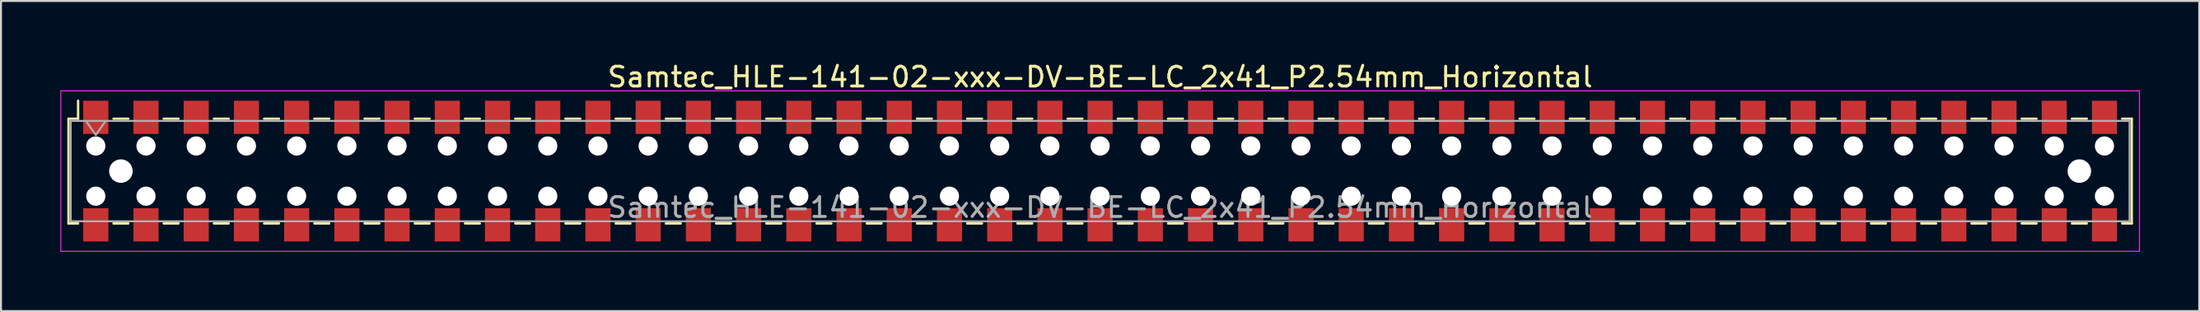
<source format=kicad_pcb>
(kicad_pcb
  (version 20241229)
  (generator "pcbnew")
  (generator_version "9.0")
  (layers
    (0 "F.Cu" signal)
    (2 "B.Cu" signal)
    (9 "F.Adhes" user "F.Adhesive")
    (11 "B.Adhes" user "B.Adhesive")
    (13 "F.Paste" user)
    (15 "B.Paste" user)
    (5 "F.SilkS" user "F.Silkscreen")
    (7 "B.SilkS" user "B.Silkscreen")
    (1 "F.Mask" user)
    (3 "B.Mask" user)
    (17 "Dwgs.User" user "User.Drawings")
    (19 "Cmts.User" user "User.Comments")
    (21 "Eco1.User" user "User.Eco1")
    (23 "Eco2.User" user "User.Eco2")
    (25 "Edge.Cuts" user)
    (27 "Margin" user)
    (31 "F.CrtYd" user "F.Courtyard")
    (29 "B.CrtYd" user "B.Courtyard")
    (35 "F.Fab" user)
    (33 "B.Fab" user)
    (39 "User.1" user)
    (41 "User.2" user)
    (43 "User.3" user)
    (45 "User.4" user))
  (footprint "Samtec_HLE-141-02-xxx-DV-BE-LC_2x41_P2.54mm_Horizontal"
    (layer "F.Cu")
    (at 52.595 5.608)
    (property "Reference" "Samtec_HLE-141-02-xxx-DV-BE-LC_2x41_P2.54mm_Horizontal" (at 0 -4.76 0) (layer "F.SilkS") (effects (font (size 1 1) (thickness 0.15))))
    (attr smd)
    (fp_line (start -52.18 -2.65) (end -52.18 2.65) (stroke (width 0.12) (type solid)) (layer "F.SilkS"))
    (fp_line (start -52.18 2.65) (end -51.695 2.65) (stroke (width 0.12) (type solid)) (layer "F.SilkS"))
    (fp_line (start -51.695 -3.56) (end -51.695 -2.65) (stroke (width 0.12) (type solid)) (layer "F.SilkS"))
    (fp_line (start -51.695 -2.65) (end -52.18 -2.65) (stroke (width 0.12) (type solid)) (layer "F.SilkS"))
    (fp_line (start -49.905 -2.65) (end -49.155 -2.65) (stroke (width 0.12) (type solid)) (layer "F.SilkS"))
    (fp_line (start -49.905 2.65) (end -49.155 2.65) (stroke (width 0.12) (type solid)) (layer "F.SilkS"))
    (fp_line (start -47.365 -2.65) (end -46.615 -2.65) (stroke (width 0.12) (type solid)) (layer "F.SilkS"))
    (fp_line (start -47.365 2.65) (end -46.615 2.65) (stroke (width 0.12) (type solid)) (layer "F.SilkS"))
    (fp_line (start -44.825 -2.65) (end -44.075 -2.65) (stroke (width 0.12) (type solid)) (layer "F.SilkS"))
    (fp_line (start -44.825 2.65) (end -44.075 2.65) (stroke (width 0.12) (type solid)) (layer "F.SilkS"))
    (fp_line (start -42.285 -2.65) (end -41.535 -2.65) (stroke (width 0.12) (type solid)) (layer "F.SilkS"))
    (fp_line (start -42.285 2.65) (end -41.535 2.65) (stroke (width 0.12) (type solid)) (layer "F.SilkS"))
    (fp_line (start -39.745 -2.65) (end -38.995 -2.65) (stroke (width 0.12) (type solid)) (layer "F.SilkS"))
    (fp_line (start -39.745 2.65) (end -38.995 2.65) (stroke (width 0.12) (type solid)) (layer "F.SilkS"))
    (fp_line (start -37.205 -2.65) (end -36.455 -2.65) (stroke (width 0.12) (type solid)) (layer "F.SilkS"))
    (fp_line (start -37.205 2.65) (end -36.455 2.65) (stroke (width 0.12) (type solid)) (layer "F.SilkS"))
    (fp_line (start -34.665 -2.65) (end -33.915 -2.65) (stroke (width 0.12) (type solid)) (layer "F.SilkS"))
    (fp_line (start -34.665 2.65) (end -33.915 2.65) (stroke (width 0.12) (type solid)) (layer "F.SilkS"))
    (fp_line (start -32.125 -2.65) (end -31.375 -2.65) (stroke (width 0.12) (type solid)) (layer "F.SilkS"))
    (fp_line (start -32.125 2.65) (end -31.375 2.65) (stroke (width 0.12) (type solid)) (layer "F.SilkS"))
    (fp_line (start -29.585 -2.65) (end -28.835 -2.65) (stroke (width 0.12) (type solid)) (layer "F.SilkS"))
    (fp_line (start -29.585 2.65) (end -28.835 2.65) (stroke (width 0.12) (type solid)) (layer "F.SilkS"))
    (fp_line (start -27.045 -2.65) (end -26.295 -2.65) (stroke (width 0.12) (type solid)) (layer "F.SilkS"))
    (fp_line (start -27.045 2.65) (end -26.295 2.65) (stroke (width 0.12) (type solid)) (layer "F.SilkS"))
    (fp_line (start -24.505 -2.65) (end -23.755 -2.65) (stroke (width 0.12) (type solid)) (layer "F.SilkS"))
    (fp_line (start -24.505 2.65) (end -23.755 2.65) (stroke (width 0.12) (type solid)) (layer "F.SilkS"))
    (fp_line (start -21.965 -2.65) (end -21.215 -2.65) (stroke (width 0.12) (type solid)) (layer "F.SilkS"))
    (fp_line (start -21.965 2.65) (end -21.215 2.65) (stroke (width 0.12) (type solid)) (layer "F.SilkS"))
    (fp_line (start -19.425 -2.65) (end -18.675 -2.65) (stroke (width 0.12) (type solid)) (layer "F.SilkS"))
    (fp_line (start -19.425 2.65) (end -18.675 2.65) (stroke (width 0.12) (type solid)) (layer "F.SilkS"))
    (fp_line (start -16.885 -2.65) (end -16.135 -2.65) (stroke (width 0.12) (type solid)) (layer "F.SilkS"))
    (fp_line (start -16.885 2.65) (end -16.135 2.65) (stroke (width 0.12) (type solid)) (layer "F.SilkS"))
    (fp_line (start -14.345 -2.65) (end -13.595 -2.65) (stroke (width 0.12) (type solid)) (layer "F.SilkS"))
    (fp_line (start -14.345 2.65) (end -13.595 2.65) (stroke (width 0.12) (type solid)) (layer "F.SilkS"))
    (fp_line (start -11.805 -2.65) (end -11.055 -2.65) (stroke (width 0.12) (type solid)) (layer "F.SilkS"))
    (fp_line (start -11.805 2.65) (end -11.055 2.65) (stroke (width 0.12) (type solid)) (layer "F.SilkS"))
    (fp_line (start -9.265 -2.65) (end -8.515 -2.65) (stroke (width 0.12) (type solid)) (layer "F.SilkS"))
    (fp_line (start -9.265 2.65) (end -8.515 2.65) (stroke (width 0.12) (type solid)) (layer "F.SilkS"))
    (fp_line (start -6.725 -2.65) (end -5.975 -2.65) (stroke (width 0.12) (type solid)) (layer "F.SilkS"))
    (fp_line (start -6.725 2.65) (end -5.975 2.65) (stroke (width 0.12) (type solid)) (layer "F.SilkS"))
    (fp_line (start -4.185 -2.65) (end -3.435 -2.65) (stroke (width 0.12) (type solid)) (layer "F.SilkS"))
    (fp_line (start -4.185 2.65) (end -3.435 2.65) (stroke (width 0.12) (type solid)) (layer "F.SilkS"))
    (fp_line (start -1.645 -2.65) (end -0.895 -2.65) (stroke (width 0.12) (type solid)) (layer "F.SilkS"))
    (fp_line (start -1.645 2.65) (end -0.895 2.65) (stroke (width 0.12) (type solid)) (layer "F.SilkS"))
    (fp_line (start 0.895 -2.65) (end 1.645 -2.65) (stroke (width 0.12) (type solid)) (layer "F.SilkS"))
    (fp_line (start 0.895 2.65) (end 1.645 2.65) (stroke (width 0.12) (type solid)) (layer "F.SilkS"))
    (fp_line (start 3.435 -2.65) (end 4.185 -2.65) (stroke (width 0.12) (type solid)) (layer "F.SilkS"))
    (fp_line (start 3.435 2.65) (end 4.185 2.65) (stroke (width 0.12) (type solid)) (layer "F.SilkS"))
    (fp_line (start 5.975 -2.65) (end 6.725 -2.65) (stroke (width 0.12) (type solid)) (layer "F.SilkS"))
    (fp_line (start 5.975 2.65) (end 6.725 2.65) (stroke (width 0.12) (type solid)) (layer "F.SilkS"))
    (fp_line (start 8.515 -2.65) (end 9.265 -2.65) (stroke (width 0.12) (type solid)) (layer "F.SilkS"))
    (fp_line (start 8.515 2.65) (end 9.265 2.65) (stroke (width 0.12) (type solid)) (layer "F.SilkS"))
    (fp_line (start 11.055 -2.65) (end 11.805 -2.65) (stroke (width 0.12) (type solid)) (layer "F.SilkS"))
    (fp_line (start 11.055 2.65) (end 11.805 2.65) (stroke (width 0.12) (type solid)) (layer "F.SilkS"))
    (fp_line (start 13.595 -2.65) (end 14.345 -2.65) (stroke (width 0.12) (type solid)) (layer "F.SilkS"))
    (fp_line (start 13.595 2.65) (end 14.345 2.65) (stroke (width 0.12) (type solid)) (layer "F.SilkS"))
    (fp_line (start 16.135 -2.65) (end 16.885 -2.65) (stroke (width 0.12) (type solid)) (layer "F.SilkS"))
    (fp_line (start 16.135 2.65) (end 16.885 2.65) (stroke (width 0.12) (type solid)) (layer "F.SilkS"))
    (fp_line (start 18.675 -2.65) (end 19.425 -2.65) (stroke (width 0.12) (type solid)) (layer "F.SilkS"))
    (fp_line (start 18.675 2.65) (end 19.425 2.65) (stroke (width 0.12) (type solid)) (layer "F.SilkS"))
    (fp_line (start 21.215 -2.65) (end 21.965 -2.65) (stroke (width 0.12) (type solid)) (layer "F.SilkS"))
    (fp_line (start 21.215 2.65) (end 21.965 2.65) (stroke (width 0.12) (type solid)) (layer "F.SilkS"))
    (fp_line (start 23.755 -2.65) (end 24.505 -2.65) (stroke (width 0.12) (type solid)) (layer "F.SilkS"))
    (fp_line (start 23.755 2.65) (end 24.505 2.65) (stroke (width 0.12) (type solid)) (layer "F.SilkS"))
    (fp_line (start 26.295 -2.65) (end 27.045 -2.65) (stroke (width 0.12) (type solid)) (layer "F.SilkS"))
    (fp_line (start 26.295 2.65) (end 27.045 2.65) (stroke (width 0.12) (type solid)) (layer "F.SilkS"))
    (fp_line (start 28.835 -2.65) (end 29.585 -2.65) (stroke (width 0.12) (type solid)) (layer "F.SilkS"))
    (fp_line (start 28.835 2.65) (end 29.585 2.65) (stroke (width 0.12) (type solid)) (layer "F.SilkS"))
    (fp_line (start 31.375 -2.65) (end 32.125 -2.65) (stroke (width 0.12) (type solid)) (layer "F.SilkS"))
    (fp_line (start 31.375 2.65) (end 32.125 2.65) (stroke (width 0.12) (type solid)) (layer "F.SilkS"))
    (fp_line (start 33.915 -2.65) (end 34.665 -2.65) (stroke (width 0.12) (type solid)) (layer "F.SilkS"))
    (fp_line (start 33.915 2.65) (end 34.665 2.65) (stroke (width 0.12) (type solid)) (layer "F.SilkS"))
    (fp_line (start 36.455 -2.65) (end 37.205 -2.65) (stroke (width 0.12) (type solid)) (layer "F.SilkS"))
    (fp_line (start 36.455 2.65) (end 37.205 2.65) (stroke (width 0.12) (type solid)) (layer "F.SilkS"))
    (fp_line (start 38.995 -2.65) (end 39.745 -2.65) (stroke (width 0.12) (type solid)) (layer "F.SilkS"))
    (fp_line (start 38.995 2.65) (end 39.745 2.65) (stroke (width 0.12) (type solid)) (layer "F.SilkS"))
    (fp_line (start 41.535 -2.65) (end 42.285 -2.65) (stroke (width 0.12) (type solid)) (layer "F.SilkS"))
    (fp_line (start 41.535 2.65) (end 42.285 2.65) (stroke (width 0.12) (type solid)) (layer "F.SilkS"))
    (fp_line (start 44.075 -2.65) (end 44.825 -2.65) (stroke (width 0.12) (type solid)) (layer "F.SilkS"))
    (fp_line (start 44.075 2.65) (end 44.825 2.65) (stroke (width 0.12) (type solid)) (layer "F.SilkS"))
    (fp_line (start 46.615 -2.65) (end 47.365 -2.65) (stroke (width 0.12) (type solid)) (layer "F.SilkS"))
    (fp_line (start 46.615 2.65) (end 47.365 2.65) (stroke (width 0.12) (type solid)) (layer "F.SilkS"))
    (fp_line (start 49.155 -2.65) (end 49.905 -2.65) (stroke (width 0.12) (type solid)) (layer "F.SilkS"))
    (fp_line (start 49.155 2.65) (end 49.905 2.65) (stroke (width 0.12) (type solid)) (layer "F.SilkS"))
    (fp_line (start 51.695 -2.65) (end 52.18 -2.65) (stroke (width 0.12) (type solid)) (layer "F.SilkS"))
    (fp_line (start 52.18 -2.65) (end 52.18 2.65) (stroke (width 0.12) (type solid)) (layer "F.SilkS"))
    (fp_line (start 52.18 2.65) (end 51.695 2.65) (stroke (width 0.12) (type solid)) (layer "F.SilkS"))
    (fp_line (start -52.57 -4.06) (end 52.57 -4.06) (stroke (width 0.05) (type solid)) (layer "F.CrtYd"))
    (fp_line (start -52.57 4.06) (end -52.57 -4.06) (stroke (width 0.05) (type solid)) (layer "F.CrtYd"))
    (fp_line (start 52.57 -4.06) (end 52.57 4.06) (stroke (width 0.05) (type solid)) (layer "F.CrtYd"))
    (fp_line (start 52.57 4.06) (end -52.57 4.06) (stroke (width 0.05) (type solid)) (layer "F.CrtYd"))
    (fp_line (start -52.07 -2.54) (end 52.07 -2.54) (stroke (width 0.1) (type solid)) (layer "F.Fab"))
    (fp_line (start -52.07 2.54) (end -52.07 -2.54) (stroke (width 0.1) (type solid)) (layer "F.Fab"))
    (fp_line (start -51.3 -2.54) (end -50.8 -1.833) (stroke (width 0.1) (type solid)) (layer "F.Fab"))
    (fp_line (start -50.8 -1.833) (end -50.3 -2.54) (stroke (width 0.1) (type solid)) (layer "F.Fab"))
    (fp_line (start 52.07 -2.54) (end 52.07 2.54) (stroke (width 0.1) (type solid)) (layer "F.Fab"))
    (fp_line (start 52.07 2.54) (end -52.07 2.54) (stroke (width 0.1) (type solid)) (layer "F.Fab"))
    (fp_text user "${REFERENCE}" (at 0 1.84 0) (layer "F.Fab") (effects (font (size 1 1) (thickness 0.15))))
    (pad "" np_thru_hole circle (at -50.8 -1.27) (size 0.97 0.97) (drill 0.97) (layers "*.Cu" "*.Mask"))
    (pad "" np_thru_hole circle (at -50.8 1.27) (size 0.97 0.97) (drill 0.97) (layers "*.Cu" "*.Mask"))
    (pad "" np_thru_hole circle (at -49.53 0) (size 1.19 1.19) (drill 1.19) (layers "*.Cu" "*.Mask"))
    (pad "" np_thru_hole circle (at -48.26 -1.27) (size 0.97 0.97) (drill 0.97) (layers "*.Cu" "*.Mask"))
    (pad "" np_thru_hole circle (at -48.26 1.27) (size 0.97 0.97) (drill 0.97) (layers "*.Cu" "*.Mask"))
    (pad "" np_thru_hole circle (at -45.72 -1.27) (size 0.97 0.97) (drill 0.97) (layers "*.Cu" "*.Mask"))
    (pad "" np_thru_hole circle (at -45.72 1.27) (size 0.97 0.97) (drill 0.97) (layers "*.Cu" "*.Mask"))
    (pad "" np_thru_hole circle (at -43.18 -1.27) (size 0.97 0.97) (drill 0.97) (layers "*.Cu" "*.Mask"))
    (pad "" np_thru_hole circle (at -43.18 1.27) (size 0.97 0.97) (drill 0.97) (layers "*.Cu" "*.Mask"))
    (pad "" np_thru_hole circle (at -40.64 -1.27) (size 0.97 0.97) (drill 0.97) (layers "*.Cu" "*.Mask"))
    (pad "" np_thru_hole circle (at -40.64 1.27) (size 0.97 0.97) (drill 0.97) (layers "*.Cu" "*.Mask"))
    (pad "" np_thru_hole circle (at -38.1 -1.27) (size 0.97 0.97) (drill 0.97) (layers "*.Cu" "*.Mask"))
    (pad "" np_thru_hole circle (at -38.1 1.27) (size 0.97 0.97) (drill 0.97) (layers "*.Cu" "*.Mask"))
    (pad "" np_thru_hole circle (at -35.56 -1.27) (size 0.97 0.97) (drill 0.97) (layers "*.Cu" "*.Mask"))
    (pad "" np_thru_hole circle (at -35.56 1.27) (size 0.97 0.97) (drill 0.97) (layers "*.Cu" "*.Mask"))
    (pad "" np_thru_hole circle (at -33.02 -1.27) (size 0.97 0.97) (drill 0.97) (layers "*.Cu" "*.Mask"))
    (pad "" np_thru_hole circle (at -33.02 1.27) (size 0.97 0.97) (drill 0.97) (layers "*.Cu" "*.Mask"))
    (pad "" np_thru_hole circle (at -30.48 -1.27) (size 0.97 0.97) (drill 0.97) (layers "*.Cu" "*.Mask"))
    (pad "" np_thru_hole circle (at -30.48 1.27) (size 0.97 0.97) (drill 0.97) (layers "*.Cu" "*.Mask"))
    (pad "" np_thru_hole circle (at -27.94 -1.27) (size 0.97 0.97) (drill 0.97) (layers "*.Cu" "*.Mask"))
    (pad "" np_thru_hole circle (at -27.94 1.27) (size 0.97 0.97) (drill 0.97) (layers "*.Cu" "*.Mask"))
    (pad "" np_thru_hole circle (at -25.4 -1.27) (size 0.97 0.97) (drill 0.97) (layers "*.Cu" "*.Mask"))
    (pad "" np_thru_hole circle (at -25.4 1.27) (size 0.97 0.97) (drill 0.97) (layers "*.Cu" "*.Mask"))
    (pad "" np_thru_hole circle (at -22.86 -1.27) (size 0.97 0.97) (drill 0.97) (layers "*.Cu" "*.Mask"))
    (pad "" np_thru_hole circle (at -22.86 1.27) (size 0.97 0.97) (drill 0.97) (layers "*.Cu" "*.Mask"))
    (pad "" np_thru_hole circle (at -20.32 -1.27) (size 0.97 0.97) (drill 0.97) (layers "*.Cu" "*.Mask"))
    (pad "" np_thru_hole circle (at -20.32 1.27) (size 0.97 0.97) (drill 0.97) (layers "*.Cu" "*.Mask"))
    (pad "" np_thru_hole circle (at -17.78 -1.27) (size 0.97 0.97) (drill 0.97) (layers "*.Cu" "*.Mask"))
    (pad "" np_thru_hole circle (at -17.78 1.27) (size 0.97 0.97) (drill 0.97) (layers "*.Cu" "*.Mask"))
    (pad "" np_thru_hole circle (at -15.24 -1.27) (size 0.97 0.97) (drill 0.97) (layers "*.Cu" "*.Mask"))
    (pad "" np_thru_hole circle (at -15.24 1.27) (size 0.97 0.97) (drill 0.97) (layers "*.Cu" "*.Mask"))
    (pad "" np_thru_hole circle (at -12.7 -1.27) (size 0.97 0.97) (drill 0.97) (layers "*.Cu" "*.Mask"))
    (pad "" np_thru_hole circle (at -12.7 1.27) (size 0.97 0.97) (drill 0.97) (layers "*.Cu" "*.Mask"))
    (pad "" np_thru_hole circle (at -10.16 -1.27) (size 0.97 0.97) (drill 0.97) (layers "*.Cu" "*.Mask"))
    (pad "" np_thru_hole circle (at -10.16 1.27) (size 0.97 0.97) (drill 0.97) (layers "*.Cu" "*.Mask"))
    (pad "" np_thru_hole circle (at -7.62 -1.27) (size 0.97 0.97) (drill 0.97) (layers "*.Cu" "*.Mask"))
    (pad "" np_thru_hole circle (at -7.62 1.27) (size 0.97 0.97) (drill 0.97) (layers "*.Cu" "*.Mask"))
    (pad "" np_thru_hole circle (at -5.08 -1.27) (size 0.97 0.97) (drill 0.97) (layers "*.Cu" "*.Mask"))
    (pad "" np_thru_hole circle (at -5.08 1.27) (size 0.97 0.97) (drill 0.97) (layers "*.Cu" "*.Mask"))
    (pad "" np_thru_hole circle (at -2.54 -1.27) (size 0.97 0.97) (drill 0.97) (layers "*.Cu" "*.Mask"))
    (pad "" np_thru_hole circle (at -2.54 1.27) (size 0.97 0.97) (drill 0.97) (layers "*.Cu" "*.Mask"))
    (pad "" np_thru_hole circle (at 0 -1.27) (size 0.97 0.97) (drill 0.97) (layers "*.Cu" "*.Mask"))
    (pad "" np_thru_hole circle (at 0 1.27) (size 0.97 0.97) (drill 0.97) (layers "*.Cu" "*.Mask"))
    (pad "" np_thru_hole circle (at 2.54 -1.27) (size 0.97 0.97) (drill 0.97) (layers "*.Cu" "*.Mask"))
    (pad "" np_thru_hole circle (at 2.54 1.27) (size 0.97 0.97) (drill 0.97) (layers "*.Cu" "*.Mask"))
    (pad "" np_thru_hole circle (at 5.08 -1.27) (size 0.97 0.97) (drill 0.97) (layers "*.Cu" "*.Mask"))
    (pad "" np_thru_hole circle (at 5.08 1.27) (size 0.97 0.97) (drill 0.97) (layers "*.Cu" "*.Mask"))
    (pad "" np_thru_hole circle (at 7.62 -1.27) (size 0.97 0.97) (drill 0.97) (layers "*.Cu" "*.Mask"))
    (pad "" np_thru_hole circle (at 7.62 1.27) (size 0.97 0.97) (drill 0.97) (layers "*.Cu" "*.Mask"))
    (pad "" np_thru_hole circle (at 10.16 -1.27) (size 0.97 0.97) (drill 0.97) (layers "*.Cu" "*.Mask"))
    (pad "" np_thru_hole circle (at 10.16 1.27) (size 0.97 0.97) (drill 0.97) (layers "*.Cu" "*.Mask"))
    (pad "" np_thru_hole circle (at 12.7 -1.27) (size 0.97 0.97) (drill 0.97) (layers "*.Cu" "*.Mask"))
    (pad "" np_thru_hole circle (at 12.7 1.27) (size 0.97 0.97) (drill 0.97) (layers "*.Cu" "*.Mask"))
    (pad "" np_thru_hole circle (at 15.24 -1.27) (size 0.97 0.97) (drill 0.97) (layers "*.Cu" "*.Mask"))
    (pad "" np_thru_hole circle (at 15.24 1.27) (size 0.97 0.97) (drill 0.97) (layers "*.Cu" "*.Mask"))
    (pad "" np_thru_hole circle (at 17.78 -1.27) (size 0.97 0.97) (drill 0.97) (layers "*.Cu" "*.Mask"))
    (pad "" np_thru_hole circle (at 17.78 1.27) (size 0.97 0.97) (drill 0.97) (layers "*.Cu" "*.Mask"))
    (pad "" np_thru_hole circle (at 20.32 -1.27) (size 0.97 0.97) (drill 0.97) (layers "*.Cu" "*.Mask"))
    (pad "" np_thru_hole circle (at 20.32 1.27) (size 0.97 0.97) (drill 0.97) (layers "*.Cu" "*.Mask"))
    (pad "" np_thru_hole circle (at 22.86 -1.27) (size 0.97 0.97) (drill 0.97) (layers "*.Cu" "*.Mask"))
    (pad "" np_thru_hole circle (at 22.86 1.27) (size 0.97 0.97) (drill 0.97) (layers "*.Cu" "*.Mask"))
    (pad "" np_thru_hole circle (at 25.4 -1.27) (size 0.97 0.97) (drill 0.97) (layers "*.Cu" "*.Mask"))
    (pad "" np_thru_hole circle (at 25.4 1.27) (size 0.97 0.97) (drill 0.97) (layers "*.Cu" "*.Mask"))
    (pad "" np_thru_hole circle (at 27.94 -1.27) (size 0.97 0.97) (drill 0.97) (layers "*.Cu" "*.Mask"))
    (pad "" np_thru_hole circle (at 27.94 1.27) (size 0.97 0.97) (drill 0.97) (layers "*.Cu" "*.Mask"))
    (pad "" np_thru_hole circle (at 30.48 -1.27) (size 0.97 0.97) (drill 0.97) (layers "*.Cu" "*.Mask"))
    (pad "" np_thru_hole circle (at 30.48 1.27) (size 0.97 0.97) (drill 0.97) (layers "*.Cu" "*.Mask"))
    (pad "" np_thru_hole circle (at 33.02 -1.27) (size 0.97 0.97) (drill 0.97) (layers "*.Cu" "*.Mask"))
    (pad "" np_thru_hole circle (at 33.02 1.27) (size 0.97 0.97) (drill 0.97) (layers "*.Cu" "*.Mask"))
    (pad "" np_thru_hole circle (at 35.56 -1.27) (size 0.97 0.97) (drill 0.97) (layers "*.Cu" "*.Mask"))
    (pad "" np_thru_hole circle (at 35.56 1.27) (size 0.97 0.97) (drill 0.97) (layers "*.Cu" "*.Mask"))
    (pad "" np_thru_hole circle (at 38.1 -1.27) (size 0.97 0.97) (drill 0.97) (layers "*.Cu" "*.Mask"))
    (pad "" np_thru_hole circle (at 38.1 1.27) (size 0.97 0.97) (drill 0.97) (layers "*.Cu" "*.Mask"))
    (pad "" np_thru_hole circle (at 40.64 -1.27) (size 0.97 0.97) (drill 0.97) (layers "*.Cu" "*.Mask"))
    (pad "" np_thru_hole circle (at 40.64 1.27) (size 0.97 0.97) (drill 0.97) (layers "*.Cu" "*.Mask"))
    (pad "" np_thru_hole circle (at 43.18 -1.27) (size 0.97 0.97) (drill 0.97) (layers "*.Cu" "*.Mask"))
    (pad "" np_thru_hole circle (at 43.18 1.27) (size 0.97 0.97) (drill 0.97) (layers "*.Cu" "*.Mask"))
    (pad "" np_thru_hole circle (at 45.72 -1.27) (size 0.97 0.97) (drill 0.97) (layers "*.Cu" "*.Mask"))
    (pad "" np_thru_hole circle (at 45.72 1.27) (size 0.97 0.97) (drill 0.97) (layers "*.Cu" "*.Mask"))
    (pad "" np_thru_hole circle (at 48.26 -1.27) (size 0.97 0.97) (drill 0.97) (layers "*.Cu" "*.Mask"))
    (pad "" np_thru_hole circle (at 48.26 1.27) (size 0.97 0.97) (drill 0.97) (layers "*.Cu" "*.Mask"))
    (pad "" np_thru_hole circle (at 49.53 0) (size 1.19 1.19) (drill 1.19) (layers "*.Cu" "*.Mask"))
    (pad "" np_thru_hole circle (at 50.8 -1.27) (size 0.97 0.97) (drill 0.97) (layers "*.Cu" "*.Mask"))
    (pad "" np_thru_hole circle (at 50.8 1.27) (size 0.97 0.97) (drill 0.97) (layers "*.Cu" "*.Mask"))
    (pad "1" smd rect (at -50.8 -2.72) (size 1.27 1.68) (layers "F.Cu" "F.Mask" "F.Paste"))
    (pad "2" smd rect (at -50.8 2.72) (size 1.27 1.68) (layers "F.Cu" "F.Mask" "F.Paste"))
    (pad "3" smd rect (at -48.26 -2.72) (size 1.27 1.68) (layers "F.Cu" "F.Mask" "F.Paste"))
    (pad "4" smd rect (at -48.26 2.72) (size 1.27 1.68) (layers "F.Cu" "F.Mask" "F.Paste"))
    (pad "5" smd rect (at -45.72 -2.72) (size 1.27 1.68) (layers "F.Cu" "F.Mask" "F.Paste"))
    (pad "6" smd rect (at -45.72 2.72) (size 1.27 1.68) (layers "F.Cu" "F.Mask" "F.Paste"))
    (pad "7" smd rect (at -43.18 -2.72) (size 1.27 1.68) (layers "F.Cu" "F.Mask" "F.Paste"))
    (pad "8" smd rect (at -43.18 2.72) (size 1.27 1.68) (layers "F.Cu" "F.Mask" "F.Paste"))
    (pad "9" smd rect (at -40.64 -2.72) (size 1.27 1.68) (layers "F.Cu" "F.Mask" "F.Paste"))
    (pad "10" smd rect (at -40.64 2.72) (size 1.27 1.68) (layers "F.Cu" "F.Mask" "F.Paste"))
    (pad "11" smd rect (at -38.1 -2.72) (size 1.27 1.68) (layers "F.Cu" "F.Mask" "F.Paste"))
    (pad "12" smd rect (at -38.1 2.72) (size 1.27 1.68) (layers "F.Cu" "F.Mask" "F.Paste"))
    (pad "13" smd rect (at -35.56 -2.72) (size 1.27 1.68) (layers "F.Cu" "F.Mask" "F.Paste"))
    (pad "14" smd rect (at -35.56 2.72) (size 1.27 1.68) (layers "F.Cu" "F.Mask" "F.Paste"))
    (pad "15" smd rect (at -33.02 -2.72) (size 1.27 1.68) (layers "F.Cu" "F.Mask" "F.Paste"))
    (pad "16" smd rect (at -33.02 2.72) (size 1.27 1.68) (layers "F.Cu" "F.Mask" "F.Paste"))
    (pad "17" smd rect (at -30.48 -2.72) (size 1.27 1.68) (layers "F.Cu" "F.Mask" "F.Paste"))
    (pad "18" smd rect (at -30.48 2.72) (size 1.27 1.68) (layers "F.Cu" "F.Mask" "F.Paste"))
    (pad "19" smd rect (at -27.94 -2.72) (size 1.27 1.68) (layers "F.Cu" "F.Mask" "F.Paste"))
    (pad "20" smd rect (at -27.94 2.72) (size 1.27 1.68) (layers "F.Cu" "F.Mask" "F.Paste"))
    (pad "21" smd rect (at -25.4 -2.72) (size 1.27 1.68) (layers "F.Cu" "F.Mask" "F.Paste"))
    (pad "22" smd rect (at -25.4 2.72) (size 1.27 1.68) (layers "F.Cu" "F.Mask" "F.Paste"))
    (pad "23" smd rect (at -22.86 -2.72) (size 1.27 1.68) (layers "F.Cu" "F.Mask" "F.Paste"))
    (pad "24" smd rect (at -22.86 2.72) (size 1.27 1.68) (layers "F.Cu" "F.Mask" "F.Paste"))
    (pad "25" smd rect (at -20.32 -2.72) (size 1.27 1.68) (layers "F.Cu" "F.Mask" "F.Paste"))
    (pad "26" smd rect (at -20.32 2.72) (size 1.27 1.68) (layers "F.Cu" "F.Mask" "F.Paste"))
    (pad "27" smd rect (at -17.78 -2.72) (size 1.27 1.68) (layers "F.Cu" "F.Mask" "F.Paste"))
    (pad "28" smd rect (at -17.78 2.72) (size 1.27 1.68) (layers "F.Cu" "F.Mask" "F.Paste"))
    (pad "29" smd rect (at -15.24 -2.72) (size 1.27 1.68) (layers "F.Cu" "F.Mask" "F.Paste"))
    (pad "30" smd rect (at -15.24 2.72) (size 1.27 1.68) (layers "F.Cu" "F.Mask" "F.Paste"))
    (pad "31" smd rect (at -12.7 -2.72) (size 1.27 1.68) (layers "F.Cu" "F.Mask" "F.Paste"))
    (pad "32" smd rect (at -12.7 2.72) (size 1.27 1.68) (layers "F.Cu" "F.Mask" "F.Paste"))
    (pad "33" smd rect (at -10.16 -2.72) (size 1.27 1.68) (layers "F.Cu" "F.Mask" "F.Paste"))
    (pad "34" smd rect (at -10.16 2.72) (size 1.27 1.68) (layers "F.Cu" "F.Mask" "F.Paste"))
    (pad "35" smd rect (at -7.62 -2.72) (size 1.27 1.68) (layers "F.Cu" "F.Mask" "F.Paste"))
    (pad "36" smd rect (at -7.62 2.72) (size 1.27 1.68) (layers "F.Cu" "F.Mask" "F.Paste"))
    (pad "37" smd rect (at -5.08 -2.72) (size 1.27 1.68) (layers "F.Cu" "F.Mask" "F.Paste"))
    (pad "38" smd rect (at -5.08 2.72) (size 1.27 1.68) (layers "F.Cu" "F.Mask" "F.Paste"))
    (pad "39" smd rect (at -2.54 -2.72) (size 1.27 1.68) (layers "F.Cu" "F.Mask" "F.Paste"))
    (pad "40" smd rect (at -2.54 2.72) (size 1.27 1.68) (layers "F.Cu" "F.Mask" "F.Paste"))
    (pad "41" smd rect (at 0 -2.72) (size 1.27 1.68) (layers "F.Cu" "F.Mask" "F.Paste"))
    (pad "42" smd rect (at 0 2.72) (size 1.27 1.68) (layers "F.Cu" "F.Mask" "F.Paste"))
    (pad "43" smd rect (at 2.54 -2.72) (size 1.27 1.68) (layers "F.Cu" "F.Mask" "F.Paste"))
    (pad "44" smd rect (at 2.54 2.72) (size 1.27 1.68) (layers "F.Cu" "F.Mask" "F.Paste"))
    (pad "45" smd rect (at 5.08 -2.72) (size 1.27 1.68) (layers "F.Cu" "F.Mask" "F.Paste"))
    (pad "46" smd rect (at 5.08 2.72) (size 1.27 1.68) (layers "F.Cu" "F.Mask" "F.Paste"))
    (pad "47" smd rect (at 7.62 -2.72) (size 1.27 1.68) (layers "F.Cu" "F.Mask" "F.Paste"))
    (pad "48" smd rect (at 7.62 2.72) (size 1.27 1.68) (layers "F.Cu" "F.Mask" "F.Paste"))
    (pad "49" smd rect (at 10.16 -2.72) (size 1.27 1.68) (layers "F.Cu" "F.Mask" "F.Paste"))
    (pad "50" smd rect (at 10.16 2.72) (size 1.27 1.68) (layers "F.Cu" "F.Mask" "F.Paste"))
    (pad "51" smd rect (at 12.7 -2.72) (size 1.27 1.68) (layers "F.Cu" "F.Mask" "F.Paste"))
    (pad "52" smd rect (at 12.7 2.72) (size 1.27 1.68) (layers "F.Cu" "F.Mask" "F.Paste"))
    (pad "53" smd rect (at 15.24 -2.72) (size 1.27 1.68) (layers "F.Cu" "F.Mask" "F.Paste"))
    (pad "54" smd rect (at 15.24 2.72) (size 1.27 1.68) (layers "F.Cu" "F.Mask" "F.Paste"))
    (pad "55" smd rect (at 17.78 -2.72) (size 1.27 1.68) (layers "F.Cu" "F.Mask" "F.Paste"))
    (pad "56" smd rect (at 17.78 2.72) (size 1.27 1.68) (layers "F.Cu" "F.Mask" "F.Paste"))
    (pad "57" smd rect (at 20.32 -2.72) (size 1.27 1.68) (layers "F.Cu" "F.Mask" "F.Paste"))
    (pad "58" smd rect (at 20.32 2.72) (size 1.27 1.68) (layers "F.Cu" "F.Mask" "F.Paste"))
    (pad "59" smd rect (at 22.86 -2.72) (size 1.27 1.68) (layers "F.Cu" "F.Mask" "F.Paste"))
    (pad "60" smd rect (at 22.86 2.72) (size 1.27 1.68) (layers "F.Cu" "F.Mask" "F.Paste"))
    (pad "61" smd rect (at 25.4 -2.72) (size 1.27 1.68) (layers "F.Cu" "F.Mask" "F.Paste"))
    (pad "62" smd rect (at 25.4 2.72) (size 1.27 1.68) (layers "F.Cu" "F.Mask" "F.Paste"))
    (pad "63" smd rect (at 27.94 -2.72) (size 1.27 1.68) (layers "F.Cu" "F.Mask" "F.Paste"))
    (pad "64" smd rect (at 27.94 2.72) (size 1.27 1.68) (layers "F.Cu" "F.Mask" "F.Paste"))
    (pad "65" smd rect (at 30.48 -2.72) (size 1.27 1.68) (layers "F.Cu" "F.Mask" "F.Paste"))
    (pad "66" smd rect (at 30.48 2.72) (size 1.27 1.68) (layers "F.Cu" "F.Mask" "F.Paste"))
    (pad "67" smd rect (at 33.02 -2.72) (size 1.27 1.68) (layers "F.Cu" "F.Mask" "F.Paste"))
    (pad "68" smd rect (at 33.02 2.72) (size 1.27 1.68) (layers "F.Cu" "F.Mask" "F.Paste"))
    (pad "69" smd rect (at 35.56 -2.72) (size 1.27 1.68) (layers "F.Cu" "F.Mask" "F.Paste"))
    (pad "70" smd rect (at 35.56 2.72) (size 1.27 1.68) (layers "F.Cu" "F.Mask" "F.Paste"))
    (pad "71" smd rect (at 38.1 -2.72) (size 1.27 1.68) (layers "F.Cu" "F.Mask" "F.Paste"))
    (pad "72" smd rect (at 38.1 2.72) (size 1.27 1.68) (layers "F.Cu" "F.Mask" "F.Paste"))
    (pad "73" smd rect (at 40.64 -2.72) (size 1.27 1.68) (layers "F.Cu" "F.Mask" "F.Paste"))
    (pad "74" smd rect (at 40.64 2.72) (size 1.27 1.68) (layers "F.Cu" "F.Mask" "F.Paste"))
    (pad "75" smd rect (at 43.18 -2.72) (size 1.27 1.68) (layers "F.Cu" "F.Mask" "F.Paste"))
    (pad "76" smd rect (at 43.18 2.72) (size 1.27 1.68) (layers "F.Cu" "F.Mask" "F.Paste"))
    (pad "77" smd rect (at 45.72 -2.72) (size 1.27 1.68) (layers "F.Cu" "F.Mask" "F.Paste"))
    (pad "78" smd rect (at 45.72 2.72) (size 1.27 1.68) (layers "F.Cu" "F.Mask" "F.Paste"))
    (pad "79" smd rect (at 48.26 -2.72) (size 1.27 1.68) (layers "F.Cu" "F.Mask" "F.Paste"))
    (pad "80" smd rect (at 48.26 2.72) (size 1.27 1.68) (layers "F.Cu" "F.Mask" "F.Paste"))
    (pad "81" smd rect (at 50.8 -2.72) (size 1.27 1.68) (layers "F.Cu" "F.Mask" "F.Paste"))
    (pad "82" smd rect (at 50.8 2.72) (size 1.27 1.68) (layers "F.Cu" "F.Mask" "F.Paste")))
  (gr_rect
    (start -3 -3)
    (end 108.19 12.693)
    (stroke (width 0.1) (type default))
    (fill no)
    (layer "Edge.Cuts")))
</source>
